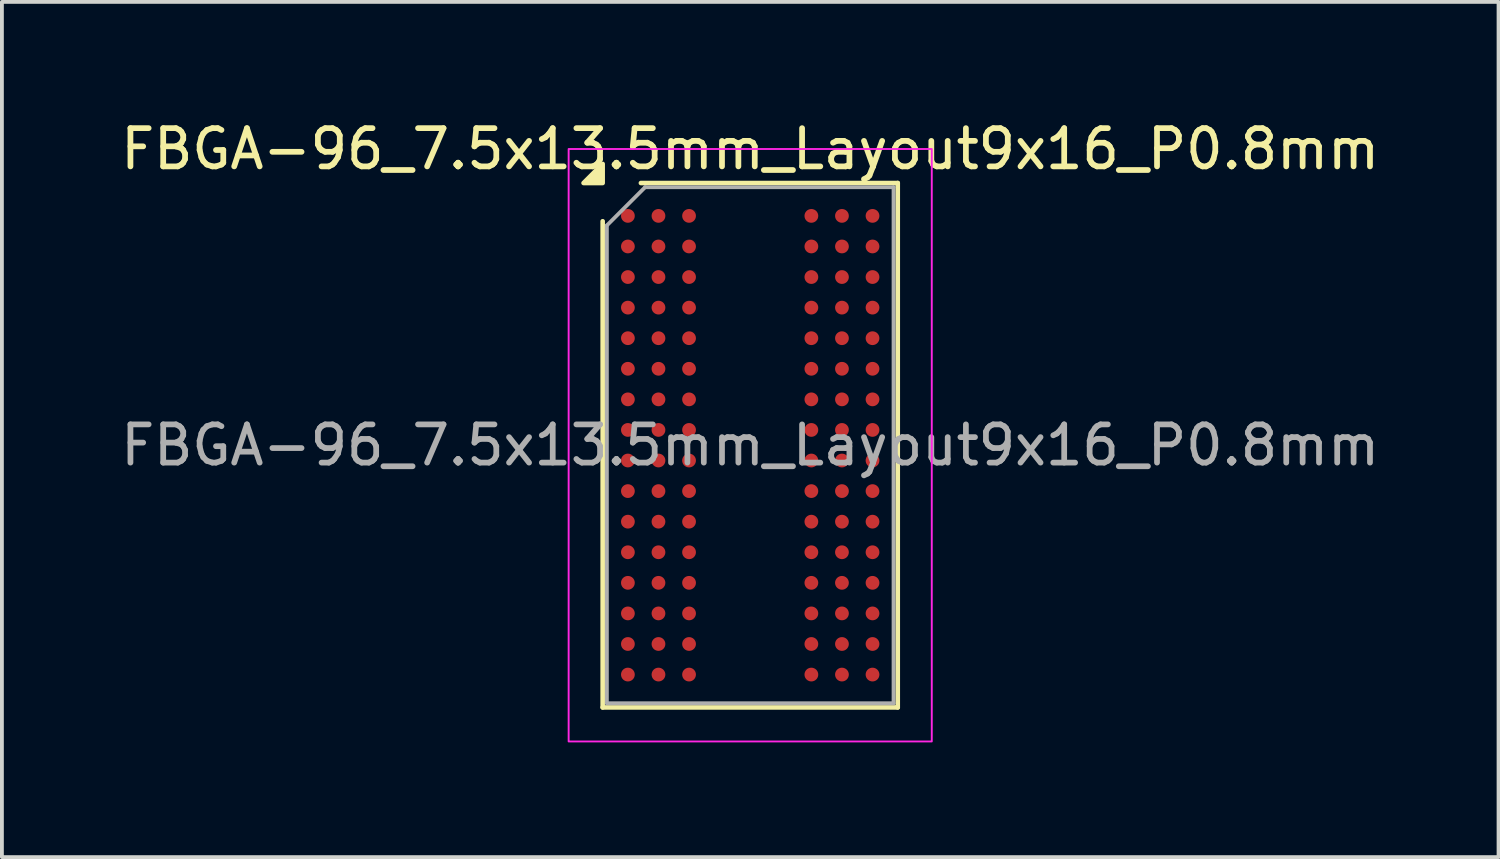
<source format=kicad_pcb>
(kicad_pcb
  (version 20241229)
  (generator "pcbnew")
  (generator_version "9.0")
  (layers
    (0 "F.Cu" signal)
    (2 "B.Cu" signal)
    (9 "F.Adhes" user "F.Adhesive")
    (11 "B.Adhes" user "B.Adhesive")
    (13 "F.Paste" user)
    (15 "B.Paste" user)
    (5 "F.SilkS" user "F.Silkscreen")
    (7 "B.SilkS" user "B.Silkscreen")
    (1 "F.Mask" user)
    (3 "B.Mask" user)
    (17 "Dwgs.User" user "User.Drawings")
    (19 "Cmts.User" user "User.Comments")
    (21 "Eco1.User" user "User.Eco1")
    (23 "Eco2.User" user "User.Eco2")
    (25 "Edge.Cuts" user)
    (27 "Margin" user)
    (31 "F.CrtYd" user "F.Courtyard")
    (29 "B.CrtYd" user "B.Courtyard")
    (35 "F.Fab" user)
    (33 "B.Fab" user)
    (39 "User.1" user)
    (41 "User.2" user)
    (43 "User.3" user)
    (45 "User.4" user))
  (footprint "FBGA-96_7.5x13.5mm_Layout9x16_P0.8mm"
    (layer "F.Cu")
    (at 16.577 8.598)
    (property "Reference" "FBGA-96_7.5x13.5mm_Layout9x16_P0.8mm" (at 0 -7.75 0) (layer "F.SilkS") (effects (font (size 1 1) (thickness 0.15))))
    (attr smd)
    (fp_line (start -3.86 6.86) (end -3.86 -5.86) (stroke (width 0.12) (type solid)) (layer "F.SilkS"))
    (fp_line (start -2.86 -6.86) (end 3.86 -6.86) (stroke (width 0.12) (type solid)) (layer "F.SilkS"))
    (fp_line (start 3.86 -6.86) (end 3.86 6.86) (stroke (width 0.12) (type solid)) (layer "F.SilkS"))
    (fp_line (start 3.86 6.86) (end -3.86 6.86) (stroke (width 0.12) (type solid)) (layer "F.SilkS"))
    (fp_poly (pts (xy -3.86 -6.86) (xy -4.36 -6.86) (xy -3.86 -7.36)) (stroke (width 0.12) (type solid)) (fill yes) (layer "F.SilkS"))
    (fp_rect (start -4.75 -7.75) (end 4.75 7.75) (stroke (width 0.05) (type solid)) (fill no) (layer "F.CrtYd"))
    (fp_line (start -3.75 -5.75) (end -2.75 -6.75) (stroke (width 0.1) (type solid)) (layer "F.Fab"))
    (fp_line (start -3.75 6.75) (end -3.75 -5.75) (stroke (width 0.1) (type solid)) (layer "F.Fab"))
    (fp_line (start -2.75 -6.75) (end 3.75 -6.75) (stroke (width 0.1) (type solid)) (layer "F.Fab"))
    (fp_line (start 3.75 -6.75) (end 3.75 6.75) (stroke (width 0.1) (type solid)) (layer "F.Fab"))
    (fp_line (start 3.75 6.75) (end -3.75 6.75) (stroke (width 0.1) (type solid)) (layer "F.Fab"))
    (fp_text user "${REFERENCE}" (at 0 0 0) (layer "F.Fab") (effects (font (size 1 1) (thickness 0.15))))
    (pad "A1" smd circle (at -3.2 -6) (size 0.36 0.36) (property pad_prop_bga) (layers "F.Cu" "F.Mask" "F.Paste"))
    (pad "A2" smd circle (at -2.4 -6) (size 0.36 0.36) (property pad_prop_bga) (layers "F.Cu" "F.Mask" "F.Paste"))
    (pad "A3" smd circle (at -1.6 -6) (size 0.36 0.36) (property pad_prop_bga) (layers "F.Cu" "F.Mask" "F.Paste"))
    (pad "A7" smd circle (at 1.6 -6) (size 0.36 0.36) (property pad_prop_bga) (layers "F.Cu" "F.Mask" "F.Paste"))
    (pad "A8" smd circle (at 2.4 -6) (size 0.36 0.36) (property pad_prop_bga) (layers "F.Cu" "F.Mask" "F.Paste"))
    (pad "A9" smd circle (at 3.2 -6) (size 0.36 0.36) (property pad_prop_bga) (layers "F.Cu" "F.Mask" "F.Paste"))
    (pad "B1" smd circle (at -3.2 -5.2) (size 0.36 0.36) (property pad_prop_bga) (layers "F.Cu" "F.Mask" "F.Paste"))
    (pad "B2" smd circle (at -2.4 -5.2) (size 0.36 0.36) (property pad_prop_bga) (layers "F.Cu" "F.Mask" "F.Paste"))
    (pad "B3" smd circle (at -1.6 -5.2) (size 0.36 0.36) (property pad_prop_bga) (layers "F.Cu" "F.Mask" "F.Paste"))
    (pad "B7" smd circle (at 1.6 -5.2) (size 0.36 0.36) (property pad_prop_bga) (layers "F.Cu" "F.Mask" "F.Paste"))
    (pad "B8" smd circle (at 2.4 -5.2) (size 0.36 0.36) (property pad_prop_bga) (layers "F.Cu" "F.Mask" "F.Paste"))
    (pad "B9" smd circle (at 3.2 -5.2) (size 0.36 0.36) (property pad_prop_bga) (layers "F.Cu" "F.Mask" "F.Paste"))
    (pad "C1" smd circle (at -3.2 -4.4) (size 0.36 0.36) (property pad_prop_bga) (layers "F.Cu" "F.Mask" "F.Paste"))
    (pad "C2" smd circle (at -2.4 -4.4) (size 0.36 0.36) (property pad_prop_bga) (layers "F.Cu" "F.Mask" "F.Paste"))
    (pad "C3" smd circle (at -1.6 -4.4) (size 0.36 0.36) (property pad_prop_bga) (layers "F.Cu" "F.Mask" "F.Paste"))
    (pad "C7" smd circle (at 1.6 -4.4) (size 0.36 0.36) (property pad_prop_bga) (layers "F.Cu" "F.Mask" "F.Paste"))
    (pad "C8" smd circle (at 2.4 -4.4) (size 0.36 0.36) (property pad_prop_bga) (layers "F.Cu" "F.Mask" "F.Paste"))
    (pad "C9" smd circle (at 3.2 -4.4) (size 0.36 0.36) (property pad_prop_bga) (layers "F.Cu" "F.Mask" "F.Paste"))
    (pad "D1" smd circle (at -3.2 -3.6) (size 0.36 0.36) (property pad_prop_bga) (layers "F.Cu" "F.Mask" "F.Paste"))
    (pad "D2" smd circle (at -2.4 -3.6) (size 0.36 0.36) (property pad_prop_bga) (layers "F.Cu" "F.Mask" "F.Paste"))
    (pad "D3" smd circle (at -1.6 -3.6) (size 0.36 0.36) (property pad_prop_bga) (layers "F.Cu" "F.Mask" "F.Paste"))
    (pad "D7" smd circle (at 1.6 -3.6) (size 0.36 0.36) (property pad_prop_bga) (layers "F.Cu" "F.Mask" "F.Paste"))
    (pad "D8" smd circle (at 2.4 -3.6) (size 0.36 0.36) (property pad_prop_bga) (layers "F.Cu" "F.Mask" "F.Paste"))
    (pad "D9" smd circle (at 3.2 -3.6) (size 0.36 0.36) (property pad_prop_bga) (layers "F.Cu" "F.Mask" "F.Paste"))
    (pad "E1" smd circle (at -3.2 -2.8) (size 0.36 0.36) (property pad_prop_bga) (layers "F.Cu" "F.Mask" "F.Paste"))
    (pad "E2" smd circle (at -2.4 -2.8) (size 0.36 0.36) (property pad_prop_bga) (layers "F.Cu" "F.Mask" "F.Paste"))
    (pad "E3" smd circle (at -1.6 -2.8) (size 0.36 0.36) (property pad_prop_bga) (layers "F.Cu" "F.Mask" "F.Paste"))
    (pad "E7" smd circle (at 1.6 -2.8) (size 0.36 0.36) (property pad_prop_bga) (layers "F.Cu" "F.Mask" "F.Paste"))
    (pad "E8" smd circle (at 2.4 -2.8) (size 0.36 0.36) (property pad_prop_bga) (layers "F.Cu" "F.Mask" "F.Paste"))
    (pad "E9" smd circle (at 3.2 -2.8) (size 0.36 0.36) (property pad_prop_bga) (layers "F.Cu" "F.Mask" "F.Paste"))
    (pad "F1" smd circle (at -3.2 -2) (size 0.36 0.36) (property pad_prop_bga) (layers "F.Cu" "F.Mask" "F.Paste"))
    (pad "F2" smd circle (at -2.4 -2) (size 0.36 0.36) (property pad_prop_bga) (layers "F.Cu" "F.Mask" "F.Paste"))
    (pad "F3" smd circle (at -1.6 -2) (size 0.36 0.36) (property pad_prop_bga) (layers "F.Cu" "F.Mask" "F.Paste"))
    (pad "F7" smd circle (at 1.6 -2) (size 0.36 0.36) (property pad_prop_bga) (layers "F.Cu" "F.Mask" "F.Paste"))
    (pad "F8" smd circle (at 2.4 -2) (size 0.36 0.36) (property pad_prop_bga) (layers "F.Cu" "F.Mask" "F.Paste"))
    (pad "F9" smd circle (at 3.2 -2) (size 0.36 0.36) (property pad_prop_bga) (layers "F.Cu" "F.Mask" "F.Paste"))
    (pad "G1" smd circle (at -3.2 -1.2) (size 0.36 0.36) (property pad_prop_bga) (layers "F.Cu" "F.Mask" "F.Paste"))
    (pad "G2" smd circle (at -2.4 -1.2) (size 0.36 0.36) (property pad_prop_bga) (layers "F.Cu" "F.Mask" "F.Paste"))
    (pad "G3" smd circle (at -1.6 -1.2) (size 0.36 0.36) (property pad_prop_bga) (layers "F.Cu" "F.Mask" "F.Paste"))
    (pad "G7" smd circle (at 1.6 -1.2) (size 0.36 0.36) (property pad_prop_bga) (layers "F.Cu" "F.Mask" "F.Paste"))
    (pad "G8" smd circle (at 2.4 -1.2) (size 0.36 0.36) (property pad_prop_bga) (layers "F.Cu" "F.Mask" "F.Paste"))
    (pad "G9" smd circle (at 3.2 -1.2) (size 0.36 0.36) (property pad_prop_bga) (layers "F.Cu" "F.Mask" "F.Paste"))
    (pad "H1" smd circle (at -3.2 -0.4) (size 0.36 0.36) (property pad_prop_bga) (layers "F.Cu" "F.Mask" "F.Paste"))
    (pad "H2" smd circle (at -2.4 -0.4) (size 0.36 0.36) (property pad_prop_bga) (layers "F.Cu" "F.Mask" "F.Paste"))
    (pad "H3" smd circle (at -1.6 -0.4) (size 0.36 0.36) (property pad_prop_bga) (layers "F.Cu" "F.Mask" "F.Paste"))
    (pad "H7" smd circle (at 1.6 -0.4) (size 0.36 0.36) (property pad_prop_bga) (layers "F.Cu" "F.Mask" "F.Paste"))
    (pad "H8" smd circle (at 2.4 -0.4) (size 0.36 0.36) (property pad_prop_bga) (layers "F.Cu" "F.Mask" "F.Paste"))
    (pad "H9" smd circle (at 3.2 -0.4) (size 0.36 0.36) (property pad_prop_bga) (layers "F.Cu" "F.Mask" "F.Paste"))
    (pad "J1" smd circle (at -3.2 0.4) (size 0.36 0.36) (property pad_prop_bga) (layers "F.Cu" "F.Mask" "F.Paste"))
    (pad "J2" smd circle (at -2.4 0.4) (size 0.36 0.36) (property pad_prop_bga) (layers "F.Cu" "F.Mask" "F.Paste"))
    (pad "J3" smd circle (at -1.6 0.4) (size 0.36 0.36) (property pad_prop_bga) (layers "F.Cu" "F.Mask" "F.Paste"))
    (pad "J7" smd circle (at 1.6 0.4) (size 0.36 0.36) (property pad_prop_bga) (layers "F.Cu" "F.Mask" "F.Paste"))
    (pad "J8" smd circle (at 2.4 0.4) (size 0.36 0.36) (property pad_prop_bga) (layers "F.Cu" "F.Mask" "F.Paste"))
    (pad "J9" smd circle (at 3.2 0.4) (size 0.36 0.36) (property pad_prop_bga) (layers "F.Cu" "F.Mask" "F.Paste"))
    (pad "K1" smd circle (at -3.2 1.2) (size 0.36 0.36) (property pad_prop_bga) (layers "F.Cu" "F.Mask" "F.Paste"))
    (pad "K2" smd circle (at -2.4 1.2) (size 0.36 0.36) (property pad_prop_bga) (layers "F.Cu" "F.Mask" "F.Paste"))
    (pad "K3" smd circle (at -1.6 1.2) (size 0.36 0.36) (property pad_prop_bga) (layers "F.Cu" "F.Mask" "F.Paste"))
    (pad "K7" smd circle (at 1.6 1.2) (size 0.36 0.36) (property pad_prop_bga) (layers "F.Cu" "F.Mask" "F.Paste"))
    (pad "K8" smd circle (at 2.4 1.2) (size 0.36 0.36) (property pad_prop_bga) (layers "F.Cu" "F.Mask" "F.Paste"))
    (pad "K9" smd circle (at 3.2 1.2) (size 0.36 0.36) (property pad_prop_bga) (layers "F.Cu" "F.Mask" "F.Paste"))
    (pad "L1" smd circle (at -3.2 2) (size 0.36 0.36) (property pad_prop_bga) (layers "F.Cu" "F.Mask" "F.Paste"))
    (pad "L2" smd circle (at -2.4 2) (size 0.36 0.36) (property pad_prop_bga) (layers "F.Cu" "F.Mask" "F.Paste"))
    (pad "L3" smd circle (at -1.6 2) (size 0.36 0.36) (property pad_prop_bga) (layers "F.Cu" "F.Mask" "F.Paste"))
    (pad "L7" smd circle (at 1.6 2) (size 0.36 0.36) (property pad_prop_bga) (layers "F.Cu" "F.Mask" "F.Paste"))
    (pad "L8" smd circle (at 2.4 2) (size 0.36 0.36) (property pad_prop_bga) (layers "F.Cu" "F.Mask" "F.Paste"))
    (pad "L9" smd circle (at 3.2 2) (size 0.36 0.36) (property pad_prop_bga) (layers "F.Cu" "F.Mask" "F.Paste"))
    (pad "M1" smd circle (at -3.2 2.8) (size 0.36 0.36) (property pad_prop_bga) (layers "F.Cu" "F.Mask" "F.Paste"))
    (pad "M2" smd circle (at -2.4 2.8) (size 0.36 0.36) (property pad_prop_bga) (layers "F.Cu" "F.Mask" "F.Paste"))
    (pad "M3" smd circle (at -1.6 2.8) (size 0.36 0.36) (property pad_prop_bga) (layers "F.Cu" "F.Mask" "F.Paste"))
    (pad "M7" smd circle (at 1.6 2.8) (size 0.36 0.36) (property pad_prop_bga) (layers "F.Cu" "F.Mask" "F.Paste"))
    (pad "M8" smd circle (at 2.4 2.8) (size 0.36 0.36) (property pad_prop_bga) (layers "F.Cu" "F.Mask" "F.Paste"))
    (pad "M9" smd circle (at 3.2 2.8) (size 0.36 0.36) (property pad_prop_bga) (layers "F.Cu" "F.Mask" "F.Paste"))
    (pad "N1" smd circle (at -3.2 3.6) (size 0.36 0.36) (property pad_prop_bga) (layers "F.Cu" "F.Mask" "F.Paste"))
    (pad "N2" smd circle (at -2.4 3.6) (size 0.36 0.36) (property pad_prop_bga) (layers "F.Cu" "F.Mask" "F.Paste"))
    (pad "N3" smd circle (at -1.6 3.6) (size 0.36 0.36) (property pad_prop_bga) (layers "F.Cu" "F.Mask" "F.Paste"))
    (pad "N7" smd circle (at 1.6 3.6) (size 0.36 0.36) (property pad_prop_bga) (layers "F.Cu" "F.Mask" "F.Paste"))
    (pad "N8" smd circle (at 2.4 3.6) (size 0.36 0.36) (property pad_prop_bga) (layers "F.Cu" "F.Mask" "F.Paste"))
    (pad "N9" smd circle (at 3.2 3.6) (size 0.36 0.36) (property pad_prop_bga) (layers "F.Cu" "F.Mask" "F.Paste"))
    (pad "P1" smd circle (at -3.2 4.4) (size 0.36 0.36) (property pad_prop_bga) (layers "F.Cu" "F.Mask" "F.Paste"))
    (pad "P2" smd circle (at -2.4 4.4) (size 0.36 0.36) (property pad_prop_bga) (layers "F.Cu" "F.Mask" "F.Paste"))
    (pad "P3" smd circle (at -1.6 4.4) (size 0.36 0.36) (property pad_prop_bga) (layers "F.Cu" "F.Mask" "F.Paste"))
    (pad "P7" smd circle (at 1.6 4.4) (size 0.36 0.36) (property pad_prop_bga) (layers "F.Cu" "F.Mask" "F.Paste"))
    (pad "P8" smd circle (at 2.4 4.4) (size 0.36 0.36) (property pad_prop_bga) (layers "F.Cu" "F.Mask" "F.Paste"))
    (pad "P9" smd circle (at 3.2 4.4) (size 0.36 0.36) (property pad_prop_bga) (layers "F.Cu" "F.Mask" "F.Paste"))
    (pad "R1" smd circle (at -3.2 5.2) (size 0.36 0.36) (property pad_prop_bga) (layers "F.Cu" "F.Mask" "F.Paste"))
    (pad "R2" smd circle (at -2.4 5.2) (size 0.36 0.36) (property pad_prop_bga) (layers "F.Cu" "F.Mask" "F.Paste"))
    (pad "R3" smd circle (at -1.6 5.2) (size 0.36 0.36) (property pad_prop_bga) (layers "F.Cu" "F.Mask" "F.Paste"))
    (pad "R7" smd circle (at 1.6 5.2) (size 0.36 0.36) (property pad_prop_bga) (layers "F.Cu" "F.Mask" "F.Paste"))
    (pad "R8" smd circle (at 2.4 5.2) (size 0.36 0.36) (property pad_prop_bga) (layers "F.Cu" "F.Mask" "F.Paste"))
    (pad "R9" smd circle (at 3.2 5.2) (size 0.36 0.36) (property pad_prop_bga) (layers "F.Cu" "F.Mask" "F.Paste"))
    (pad "T1" smd circle (at -3.2 6) (size 0.36 0.36) (property pad_prop_bga) (layers "F.Cu" "F.Mask" "F.Paste"))
    (pad "T2" smd circle (at -2.4 6) (size 0.36 0.36) (property pad_prop_bga) (layers "F.Cu" "F.Mask" "F.Paste"))
    (pad "T3" smd circle (at -1.6 6) (size 0.36 0.36) (property pad_prop_bga) (layers "F.Cu" "F.Mask" "F.Paste"))
    (pad "T7" smd circle (at 1.6 6) (size 0.36 0.36) (property pad_prop_bga) (layers "F.Cu" "F.Mask" "F.Paste"))
    (pad "T8" smd circle (at 2.4 6) (size 0.36 0.36) (property pad_prop_bga) (layers "F.Cu" "F.Mask" "F.Paste"))
    (pad "T9" smd circle (at 3.2 6) (size 0.36 0.36) (property pad_prop_bga) (layers "F.Cu" "F.Mask" "F.Paste")))
  (gr_rect
    (start -3 -3)
    (end 36.155 19.373)
    (stroke (width 0.1) (type default))
    (fill no)
    (layer "Edge.Cuts")))
</source>
